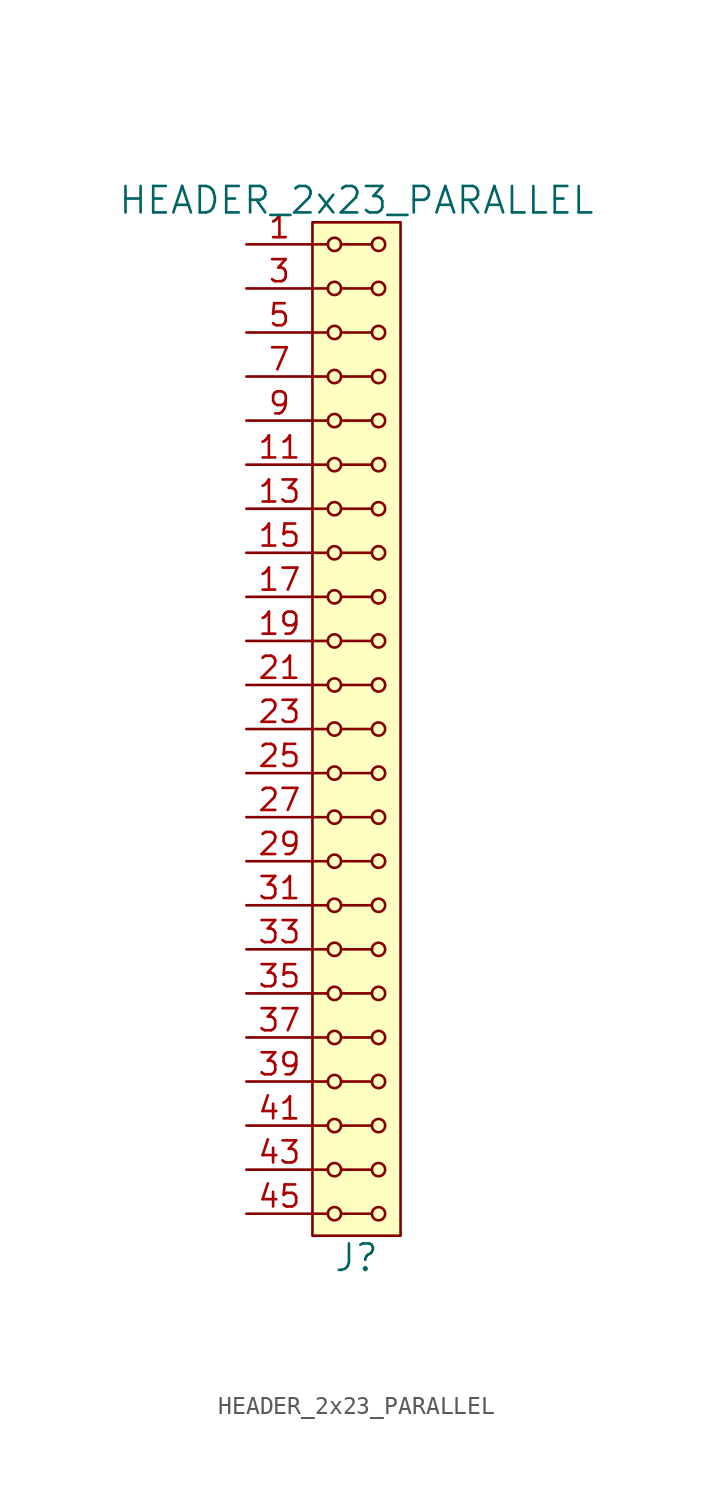
<source format=kicad_sym>
(kicad_symbol_lib
  (version 20211014)
  (generator kicad_symbol_editor)
  (symbol "HEADER_2x23_PARALLEL"
    (pin_names
      (offset 1.016))
    (property "Reference" "J"
      (at 0 -30.48 0)
      (effects (font (size 1.524 1.524))))
    (property "Value" "HEADER_2x23_PARALLEL"
      (at 0 30.48 0)
      (effects (font (size 1.524 1.524))))
    (property "Footprint" ""
      (at 0 27.94 0)
      (effects (font (size 1.524 1.524))))
    (property "Datasheet" ""
      (at 0 27.94 0)
      (effects (font (size 1.524 1.524))))
    (symbol "HEADER_2x23_PARALLEL_0_1"
      (rectangle (start -2.54 29.21) (end 2.54 -29.21) (stroke (width 0) (type default) (color 0 0 0 0)) (fill (type background)))
      (circle (center -1.27 -27.94) (radius 0.381) (stroke (width 0) (type default) (color 0 0 0 0)) (fill (type none)))
      (circle (center -1.27 -25.4) (radius 0.381) (stroke (width 0) (type default) (color 0 0 0 0)) (fill (type none)))
      (circle (center -1.27 -22.86) (radius 0.381) (stroke (width 0) (type default) (color 0 0 0 0)) (fill (type none)))
      (circle (center -1.27 -20.32) (radius 0.381) (stroke (width 0) (type default) (color 0 0 0 0)) (fill (type none)))
      (circle (center -1.27 -17.78) (radius 0.381) (stroke (width 0) (type default) (color 0 0 0 0)) (fill (type none)))
      (circle (center -1.27 -15.24) (radius 0.381) (stroke (width 0) (type default) (color 0 0 0 0)) (fill (type none)))
      (circle (center -1.27 -12.7) (radius 0.381) (stroke (width 0) (type default) (color 0 0 0 0)) (fill (type none)))
      (circle (center -1.27 -10.16) (radius 0.381) (stroke (width 0) (type default) (color 0 0 0 0)) (fill (type none)))
      (circle (center -1.27 -7.62) (radius 0.381) (stroke (width 0) (type default) (color 0 0 0 0)) (fill (type none)))
      (circle (center -1.27 -5.08) (radius 0.381) (stroke (width 0) (type default) (color 0 0 0 0)) (fill (type none)))
      (circle (center -1.27 -2.54) (radius 0.381) (stroke (width 0) (type default) (color 0 0 0 0)) (fill (type none)))
      (circle (center -1.27 0) (radius 0.381) (stroke (width 0) (type default) (color 0 0 0 0)) (fill (type none)))
      (circle (center -1.27 2.54) (radius 0.381) (stroke (width 0) (type default) (color 0 0 0 0)) (fill (type none)))
      (circle (center -1.27 5.08) (radius 0.381) (stroke (width 0) (type default) (color 0 0 0 0)) (fill (type none)))
      (circle (center -1.27 7.62) (radius 0.381) (stroke (width 0) (type default) (color 0 0 0 0)) (fill (type none)))
      (circle (center -1.27 10.16) (radius 0.381) (stroke (width 0) (type default) (color 0 0 0 0)) (fill (type none)))
      (circle (center -1.27 12.7) (radius 0.381) (stroke (width 0) (type default) (color 0 0 0 0)) (fill (type none)))
      (circle (center -1.27 15.24) (radius 0.381) (stroke (width 0) (type default) (color 0 0 0 0)) (fill (type none)))
      (circle (center -1.27 17.78) (radius 0.381) (stroke (width 0) (type default) (color 0 0 0 0)) (fill (type none)))
      (circle (center -1.27 20.32) (radius 0.381) (stroke (width 0) (type default) (color 0 0 0 0)) (fill (type none)))
      (circle (center -1.27 22.86) (radius 0.381) (stroke (width 0) (type default) (color 0 0 0 0)) (fill (type none)))
      (circle (center -1.27 25.4) (radius 0.381) (stroke (width 0) (type default) (color 0 0 0 0)) (fill (type none)))
      (circle (center -1.27 27.94) (radius 0.381) (stroke (width 0) (type default) (color 0 0 0 0)) (fill (type none)))
      (polyline (pts (xy -1.651 -27.94) (xy -2.54 -27.94)) (stroke (width 0) (type default) (color 0 0 0 0)) (fill (type none)))
      (polyline (pts (xy -1.651 -25.4) (xy -2.54 -25.4)) (stroke (width 0) (type default) (color 0 0 0 0)) (fill (type none)))
      (polyline (pts (xy -1.651 -22.86) (xy -2.54 -22.86)) (stroke (width 0) (type default) (color 0 0 0 0)) (fill (type none)))
      (polyline (pts (xy -1.651 -20.32) (xy -2.54 -20.32)) (stroke (width 0) (type default) (color 0 0 0 0)) (fill (type none)))
      (polyline (pts (xy -1.651 -17.78) (xy -2.54 -17.78)) (stroke (width 0) (type default) (color 0 0 0 0)) (fill (type none)))
      (polyline (pts (xy -1.651 -15.24) (xy -2.54 -15.24)) (stroke (width 0) (type default) (color 0 0 0 0)) (fill (type none)))
      (polyline (pts (xy -1.651 -12.7) (xy -2.54 -12.7)) (stroke (width 0) (type default) (color 0 0 0 0)) (fill (type none)))
      (polyline (pts (xy -1.651 -10.16) (xy -2.54 -10.16)) (stroke (width 0) (type default) (color 0 0 0 0)) (fill (type none)))
      (polyline (pts (xy -1.651 -7.62) (xy -2.54 -7.62)) (stroke (width 0) (type default) (color 0 0 0 0)) (fill (type none)))
      (polyline (pts (xy -1.651 -5.08) (xy -2.54 -5.08)) (stroke (width 0) (type default) (color 0 0 0 0)) (fill (type none)))
      (polyline (pts (xy -1.651 -2.54) (xy -2.54 -2.54)) (stroke (width 0) (type default) (color 0 0 0 0)) (fill (type none)))
      (polyline (pts (xy -1.651 0) (xy -2.54 0)) (stroke (width 0) (type default) (color 0 0 0 0)) (fill (type none)))
      (polyline (pts (xy -1.651 2.54) (xy -2.54 2.54)) (stroke (width 0) (type default) (color 0 0 0 0)) (fill (type none)))
      (polyline (pts (xy -1.651 5.08) (xy -2.54 5.08)) (stroke (width 0) (type default) (color 0 0 0 0)) (fill (type none)))
      (polyline (pts (xy -1.651 7.62) (xy -2.54 7.62)) (stroke (width 0) (type default) (color 0 0 0 0)) (fill (type none)))
      (polyline (pts (xy -1.651 10.16) (xy -2.54 10.16)) (stroke (width 0) (type default) (color 0 0 0 0)) (fill (type none)))
      (polyline (pts (xy -1.651 12.7) (xy -2.54 12.7)) (stroke (width 0) (type default) (color 0 0 0 0)) (fill (type none)))
      (polyline (pts (xy -1.651 15.24) (xy -2.54 15.24)) (stroke (width 0) (type default) (color 0 0 0 0)) (fill (type none)))
      (polyline (pts (xy -1.651 17.78) (xy -2.54 17.78)) (stroke (width 0) (type default) (color 0 0 0 0)) (fill (type none)))
      (polyline (pts (xy -1.651 20.32) (xy -2.54 20.32)) (stroke (width 0) (type default) (color 0 0 0 0)) (fill (type none)))
      (polyline (pts (xy -1.651 22.86) (xy -2.54 22.86)) (stroke (width 0) (type default) (color 0 0 0 0)) (fill (type none)))
      (polyline (pts (xy -1.651 25.4) (xy -2.54 25.4)) (stroke (width 0) (type default) (color 0 0 0 0)) (fill (type none)))
      (polyline (pts (xy -1.651 27.94) (xy -2.54 27.94)) (stroke (width 0) (type default) (color 0 0 0 0)) (fill (type none)))
      (polyline (pts (xy -0.889 -27.94) (xy 0.889 -27.94)) (stroke (width 0) (type default) (color 0 0 0 0)) (fill (type none)))
      (polyline (pts (xy -0.889 -25.4) (xy 0.889 -25.4)) (stroke (width 0) (type default) (color 0 0 0 0)) (fill (type none)))
      (polyline (pts (xy -0.889 -22.86) (xy 0.889 -22.86)) (stroke (width 0) (type default) (color 0 0 0 0)) (fill (type none)))
      (polyline (pts (xy -0.889 -20.32) (xy 0.889 -20.32)) (stroke (width 0) (type default) (color 0 0 0 0)) (fill (type none)))
      (polyline (pts (xy -0.889 -17.78) (xy 0.889 -17.78)) (stroke (width 0) (type default) (color 0 0 0 0)) (fill (type none)))
      (polyline (pts (xy -0.889 -15.24) (xy 0.889 -15.24)) (stroke (width 0) (type default) (color 0 0 0 0)) (fill (type none)))
      (polyline (pts (xy -0.889 -12.7) (xy 0.889 -12.7)) (stroke (width 0) (type default) (color 0 0 0 0)) (fill (type none)))
      (polyline (pts (xy -0.889 -10.16) (xy 0.889 -10.16)) (stroke (width 0) (type default) (color 0 0 0 0)) (fill (type none)))
      (polyline (pts (xy -0.889 -7.62) (xy 0.889 -7.62)) (stroke (width 0) (type default) (color 0 0 0 0)) (fill (type none)))
      (polyline (pts (xy -0.889 -5.08) (xy 0.889 -5.08)) (stroke (width 0) (type default) (color 0 0 0 0)) (fill (type none)))
      (polyline (pts (xy -0.889 -2.54) (xy 0.889 -2.54)) (stroke (width 0) (type default) (color 0 0 0 0)) (fill (type none)))
      (polyline (pts (xy -0.889 0) (xy 0.889 0)) (stroke (width 0) (type default) (color 0 0 0 0)) (fill (type none)))
      (polyline (pts (xy -0.889 2.54) (xy 0.889 2.54)) (stroke (width 0) (type default) (color 0 0 0 0)) (fill (type none)))
      (polyline (pts (xy -0.889 5.08) (xy 0.889 5.08)) (stroke (width 0) (type default) (color 0 0 0 0)) (fill (type none)))
      (polyline (pts (xy -0.889 7.62) (xy 0.889 7.62)) (stroke (width 0) (type default) (color 0 0 0 0)) (fill (type none)))
      (polyline (pts (xy -0.889 10.16) (xy 0.889 10.16)) (stroke (width 0) (type default) (color 0 0 0 0)) (fill (type none)))
      (polyline (pts (xy -0.889 12.7) (xy 0.889 12.7)) (stroke (width 0) (type default) (color 0 0 0 0)) (fill (type none)))
      (polyline (pts (xy -0.889 15.24) (xy 0.889 15.24)) (stroke (width 0) (type default) (color 0 0 0 0)) (fill (type none)))
      (polyline (pts (xy -0.889 17.78) (xy 0.889 17.78)) (stroke (width 0) (type default) (color 0 0 0 0)) (fill (type none)))
      (polyline (pts (xy -0.889 20.32) (xy 0.889 20.32)) (stroke (width 0) (type default) (color 0 0 0 0)) (fill (type none)))
      (polyline (pts (xy -0.889 22.86) (xy 0.889 22.86)) (stroke (width 0) (type default) (color 0 0 0 0)) (fill (type none)))
      (polyline (pts (xy -0.889 25.4) (xy 0.889 25.4)) (stroke (width 0) (type default) (color 0 0 0 0)) (fill (type none)))
      (polyline (pts (xy -0.889 27.94) (xy 0.889 27.94)) (stroke (width 0) (type default) (color 0 0 0 0)) (fill (type none)))
      (circle (center 1.27 -27.94) (radius 0.381) (stroke (width 0) (type default) (color 0 0 0 0)) (fill (type none)))
      (circle (center 1.27 -25.4) (radius 0.381) (stroke (width 0) (type default) (color 0 0 0 0)) (fill (type none)))
      (circle (center 1.27 -22.86) (radius 0.381) (stroke (width 0) (type default) (color 0 0 0 0)) (fill (type none)))
      (circle (center 1.27 -20.32) (radius 0.381) (stroke (width 0) (type default) (color 0 0 0 0)) (fill (type none)))
      (circle (center 1.27 -17.78) (radius 0.381) (stroke (width 0) (type default) (color 0 0 0 0)) (fill (type none)))
      (circle (center 1.27 -15.24) (radius 0.381) (stroke (width 0) (type default) (color 0 0 0 0)) (fill (type none)))
      (circle (center 1.27 -12.7) (radius 0.381) (stroke (width 0) (type default) (color 0 0 0 0)) (fill (type none)))
      (circle (center 1.27 -10.16) (radius 0.381) (stroke (width 0) (type default) (color 0 0 0 0)) (fill (type none)))
      (circle (center 1.27 -7.62) (radius 0.381) (stroke (width 0) (type default) (color 0 0 0 0)) (fill (type none)))
      (circle (center 1.27 -5.08) (radius 0.381) (stroke (width 0) (type default) (color 0 0 0 0)) (fill (type none)))
      (circle (center 1.27 -2.54) (radius 0.381) (stroke (width 0) (type default) (color 0 0 0 0)) (fill (type none)))
      (circle (center 1.27 0) (radius 0.381) (stroke (width 0) (type default) (color 0 0 0 0)) (fill (type none)))
      (circle (center 1.27 2.54) (radius 0.381) (stroke (width 0) (type default) (color 0 0 0 0)) (fill (type none)))
      (circle (center 1.27 5.08) (radius 0.381) (stroke (width 0) (type default) (color 0 0 0 0)) (fill (type none)))
      (circle (center 1.27 7.62) (radius 0.381) (stroke (width 0) (type default) (color 0 0 0 0)) (fill (type none)))
      (circle (center 1.27 10.16) (radius 0.381) (stroke (width 0) (type default) (color 0 0 0 0)) (fill (type none)))
      (circle (center 1.27 12.7) (radius 0.381) (stroke (width 0) (type default) (color 0 0 0 0)) (fill (type none)))
      (circle (center 1.27 15.24) (radius 0.381) (stroke (width 0) (type default) (color 0 0 0 0)) (fill (type none)))
      (circle (center 1.27 17.78) (radius 0.381) (stroke (width 0) (type default) (color 0 0 0 0)) (fill (type none)))
      (circle (center 1.27 20.32) (radius 0.381) (stroke (width 0) (type default) (color 0 0 0 0)) (fill (type none)))
      (circle (center 1.27 22.86) (radius 0.381) (stroke (width 0) (type default) (color 0 0 0 0)) (fill (type none)))
      (circle (center 1.27 25.4) (radius 0.381) (stroke (width 0) (type default) (color 0 0 0 0)) (fill (type none)))
      (circle (center 1.27 27.94) (radius 0.381) (stroke (width 0) (type default) (color 0 0 0 0)) (fill (type none))))
    (symbol "HEADER_2x23_PARALLEL_1_1"
      (pin input line (at -6.35 27.94 0) (length 3.81) (name "~" (effects (font (size 1.27 1.27)))) (number "1" (effects (font (size 1.27 1.27)))))
      (pin input line (at -6.35 17.78 0) (length 3.81) hide (name "~" (effects (font (size 1.27 1.27)))) (number "10" (effects (font (size 1.27 1.27)))))
      (pin input line (at -6.35 15.24 0) (length 3.81) (name "~" (effects (font (size 1.27 1.27)))) (number "11" (effects (font (size 1.27 1.27)))))
      (pin input line (at -6.35 15.24 0) (length 3.81) hide (name "~" (effects (font (size 1.27 1.27)))) (number "12" (effects (font (size 1.27 1.27)))))
      (pin input line (at -6.35 12.7 0) (length 3.81) (name "~" (effects (font (size 1.27 1.27)))) (number "13" (effects (font (size 1.27 1.27)))))
      (pin input line (at -6.35 12.7 0) (length 3.81) hide (name "~" (effects (font (size 1.27 1.27)))) (number "14" (effects (font (size 1.27 1.27)))))
      (pin input line (at -6.35 10.16 0) (length 3.81) (name "~" (effects (font (size 1.27 1.27)))) (number "15" (effects (font (size 1.27 1.27)))))
      (pin input line (at -6.35 10.16 0) (length 3.81) hide (name "~" (effects (font (size 1.27 1.27)))) (number "16" (effects (font (size 1.27 1.27)))))
      (pin input line (at -6.35 7.62 0) (length 3.81) (name "~" (effects (font (size 1.27 1.27)))) (number "17" (effects (font (size 1.27 1.27)))))
      (pin input line (at -6.35 7.62 0) (length 3.81) hide (name "~" (effects (font (size 1.27 1.27)))) (number "18" (effects (font (size 1.27 1.27)))))
      (pin input line (at -6.35 5.08 0) (length 3.81) (name "~" (effects (font (size 1.27 1.27)))) (number "19" (effects (font (size 1.27 1.27)))))
      (pin input line (at -6.35 27.94 0) (length 3.81) hide (name "~" (effects (font (size 1.27 1.27)))) (number "2" (effects (font (size 1.27 1.27)))))
      (pin input line (at -6.35 5.08 0) (length 3.81) hide (name "~" (effects (font (size 1.27 1.27)))) (number "20" (effects (font (size 1.27 1.27)))))
      (pin input line (at -6.35 2.54 0) (length 3.81) (name "~" (effects (font (size 1.27 1.27)))) (number "21" (effects (font (size 1.27 1.27)))))
      (pin input line (at -6.35 2.54 0) (length 3.81) hide (name "~" (effects (font (size 1.27 1.27)))) (number "22" (effects (font (size 1.27 1.27)))))
      (pin input line (at -6.35 0 0) (length 3.81) (name "~" (effects (font (size 1.27 1.27)))) (number "23" (effects (font (size 1.27 1.27)))))
      (pin input line (at -6.35 0 0) (length 3.81) hide (name "~" (effects (font (size 1.27 1.27)))) (number "24" (effects (font (size 1.27 1.27)))))
      (pin input line (at -6.35 -2.54 0) (length 3.81) (name "~" (effects (font (size 1.27 1.27)))) (number "25" (effects (font (size 1.27 1.27)))))
      (pin input line (at -6.35 -2.54 0) (length 3.81) hide (name "~" (effects (font (size 1.27 1.27)))) (number "26" (effects (font (size 1.27 1.27)))))
      (pin input line (at -6.35 -5.08 0) (length 3.81) (name "~" (effects (font (size 1.27 1.27)))) (number "27" (effects (font (size 1.27 1.27)))))
      (pin input line (at -6.35 -5.08 0) (length 3.81) hide (name "~" (effects (font (size 1.27 1.27)))) (number "28" (effects (font (size 1.27 1.27)))))
      (pin input line (at -6.35 -7.62 0) (length 3.81) (name "~" (effects (font (size 1.27 1.27)))) (number "29" (effects (font (size 1.27 1.27)))))
      (pin input line (at -6.35 25.4 0) (length 3.81) (name "~" (effects (font (size 1.27 1.27)))) (number "3" (effects (font (size 1.27 1.27)))))
      (pin input line (at -6.35 -7.62 0) (length 3.81) hide (name "~" (effects (font (size 1.27 1.27)))) (number "30" (effects (font (size 1.27 1.27)))))
      (pin input line (at -6.35 -10.16 0) (length 3.81) (name "~" (effects (font (size 1.27 1.27)))) (number "31" (effects (font (size 1.27 1.27)))))
      (pin input line (at -6.35 -10.16 0) (length 3.81) hide (name "~" (effects (font (size 1.27 1.27)))) (number "32" (effects (font (size 1.27 1.27)))))
      (pin input line (at -6.35 -12.7 0) (length 3.81) (name "~" (effects (font (size 1.27 1.27)))) (number "33" (effects (font (size 1.27 1.27)))))
      (pin input line (at -6.35 -12.7 0) (length 3.81) hide (name "~" (effects (font (size 1.27 1.27)))) (number "34" (effects (font (size 1.27 1.27)))))
      (pin input line (at -6.35 -15.24 0) (length 3.81) (name "~" (effects (font (size 1.27 1.27)))) (number "35" (effects (font (size 1.27 1.27)))))
      (pin input line (at -6.35 -15.24 0) (length 3.81) hide (name "~" (effects (font (size 1.27 1.27)))) (number "36" (effects (font (size 1.27 1.27)))))
      (pin input line (at -6.35 -17.78 0) (length 3.81) (name "~" (effects (font (size 1.27 1.27)))) (number "37" (effects (font (size 1.27 1.27)))))
      (pin input line (at -6.35 -17.78 0) (length 3.81) hide (name "~" (effects (font (size 1.27 1.27)))) (number "38" (effects (font (size 1.27 1.27)))))
      (pin input line (at -6.35 -20.32 0) (length 3.81) (name "~" (effects (font (size 1.27 1.27)))) (number "39" (effects (font (size 1.27 1.27)))))
      (pin input line (at -6.35 25.4 0) (length 3.81) hide (name "~" (effects (font (size 1.27 1.27)))) (number "4" (effects (font (size 1.27 1.27)))))
      (pin input line (at -6.35 -20.32 0) (length 3.81) hide (name "~" (effects (font (size 1.27 1.27)))) (number "40" (effects (font (size 1.27 1.27)))))
      (pin input line (at -6.35 -22.86 0) (length 3.81) (name "~" (effects (font (size 1.27 1.27)))) (number "41" (effects (font (size 1.27 1.27)))))
      (pin input line (at -6.35 -22.86 0) (length 3.81) hide (name "~" (effects (font (size 1.27 1.27)))) (number "42" (effects (font (size 1.27 1.27)))))
      (pin input line (at -6.35 -25.4 0) (length 3.81) (name "~" (effects (font (size 1.27 1.27)))) (number "43" (effects (font (size 1.27 1.27)))))
      (pin input line (at -6.35 -25.4 0) (length 3.81) hide (name "~" (effects (font (size 1.27 1.27)))) (number "44" (effects (font (size 1.27 1.27)))))
      (pin input line (at -6.35 -27.94 0) (length 3.81) (name "~" (effects (font (size 1.27 1.27)))) (number "45" (effects (font (size 1.27 1.27)))))
      (pin input line (at -6.35 -27.94 0) (length 3.81) hide (name "~" (effects (font (size 1.27 1.27)))) (number "46" (effects (font (size 1.27 1.27)))))
      (pin input line (at -6.35 22.86 0) (length 3.81) (name "~" (effects (font (size 1.27 1.27)))) (number "5" (effects (font (size 1.27 1.27)))))
      (pin input line (at -6.35 22.86 0) (length 3.81) hide (name "~" (effects (font (size 1.27 1.27)))) (number "6" (effects (font (size 1.27 1.27)))))
      (pin input line (at -6.35 20.32 0) (length 3.81) (name "~" (effects (font (size 1.27 1.27)))) (number "7" (effects (font (size 1.27 1.27)))))
      (pin input line (at -6.35 20.32 0) (length 3.81) hide (name "~" (effects (font (size 1.27 1.27)))) (number "8" (effects (font (size 1.27 1.27)))))
      (pin input line (at -6.35 17.78 0) (length 3.81) (name "~" (effects (font (size 1.27 1.27)))) (number "9" (effects (font (size 1.27 1.27))))))))
</source>
